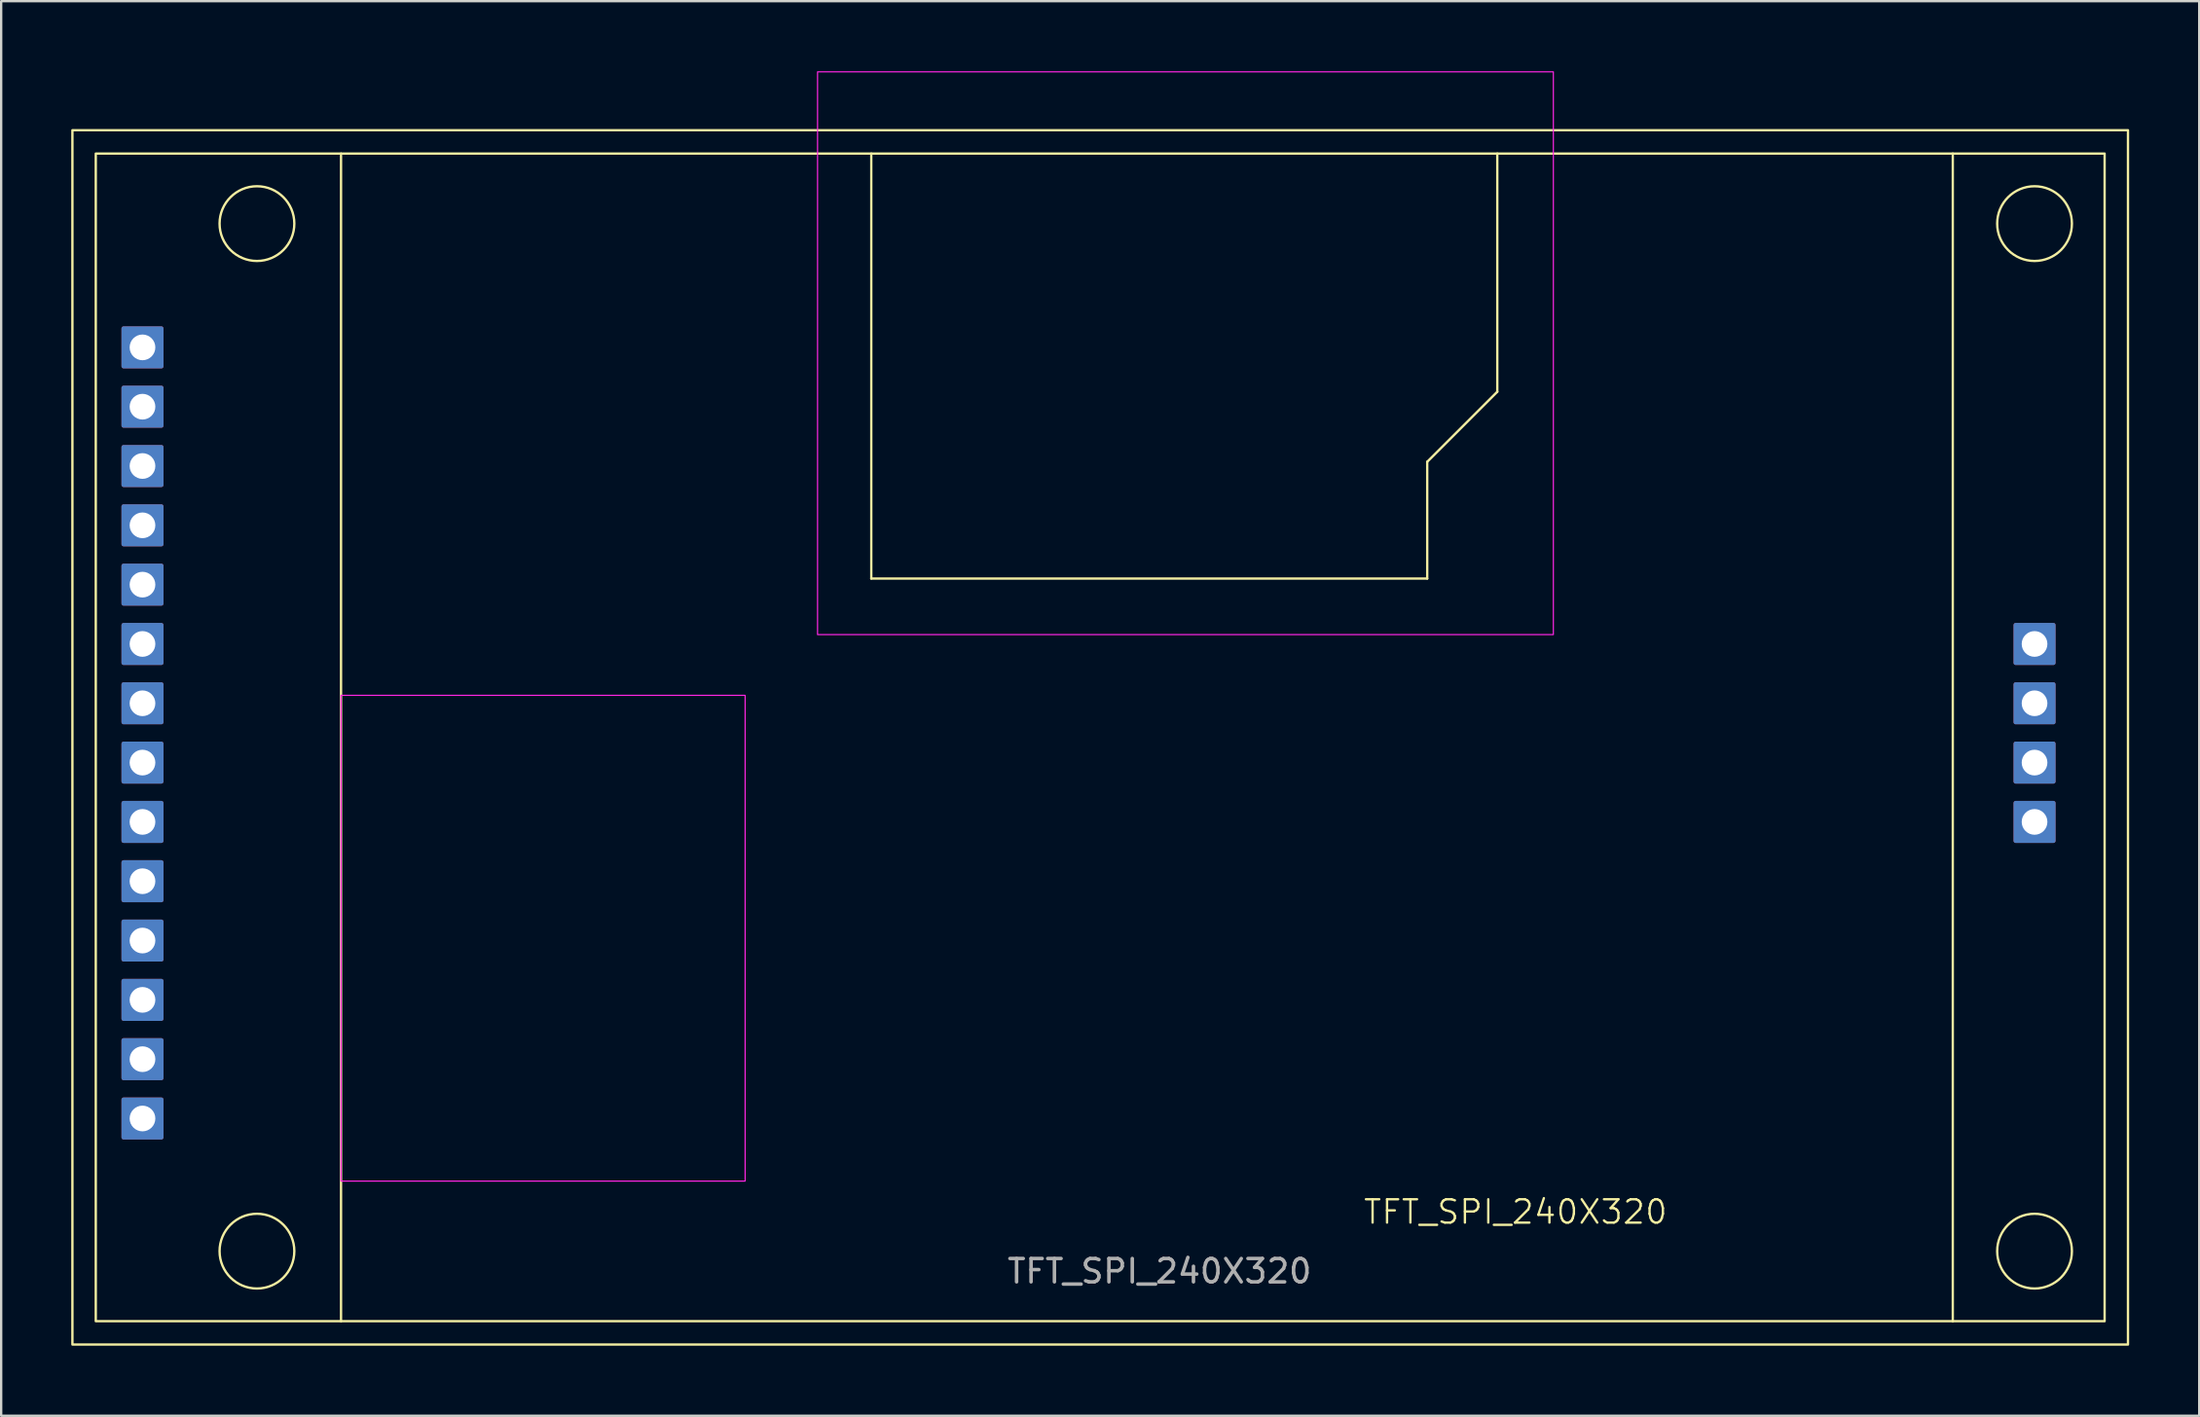
<source format=kicad_pcb>
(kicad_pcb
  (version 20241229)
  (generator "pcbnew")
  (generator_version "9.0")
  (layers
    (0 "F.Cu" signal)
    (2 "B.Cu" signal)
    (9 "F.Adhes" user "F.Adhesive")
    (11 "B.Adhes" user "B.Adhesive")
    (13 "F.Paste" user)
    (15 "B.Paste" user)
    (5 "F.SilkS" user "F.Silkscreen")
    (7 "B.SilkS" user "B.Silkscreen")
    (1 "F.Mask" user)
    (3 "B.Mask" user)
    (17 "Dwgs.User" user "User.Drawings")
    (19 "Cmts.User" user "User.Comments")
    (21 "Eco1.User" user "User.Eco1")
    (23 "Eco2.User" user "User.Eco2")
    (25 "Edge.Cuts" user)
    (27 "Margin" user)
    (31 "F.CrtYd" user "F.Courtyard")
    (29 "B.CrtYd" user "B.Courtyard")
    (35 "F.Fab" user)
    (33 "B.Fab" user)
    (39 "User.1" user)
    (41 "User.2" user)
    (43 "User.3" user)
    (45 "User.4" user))
  (footprint "TFT_SPI_240X320"
    (layer "F.Cu")
    (at 44.05 28.525)
    (property "Reference" "TFT_SPI_240X320" (at 17.78 20.32 0) (unlocked yes) (layer "F.SilkS") (effects (font (size 1 1) (thickness 0.1))))
    (attr smd)
    (fp_line (start -32.5 -25) (end -32.5 25) (stroke (width 0.1) (type default)) (layer "F.SilkS"))
    (fp_line (start -9.8 -6.8) (end -9.8 -25) (stroke (width 0.1) (type default)) (layer "F.SilkS"))
    (fp_line (start 14 -11.8) (end 14 -6.8) (stroke (width 0.1) (type default)) (layer "F.SilkS"))
    (fp_line (start 14 -6.8) (end -9.8 -6.8) (stroke (width 0.1) (type default)) (layer "F.SilkS"))
    (fp_line (start 17 -14.8) (end 14 -11.8) (stroke (width 0.1) (type default)) (layer "F.SilkS"))
    (fp_line (start 17 -14.8) (end 17 -25) (stroke (width 0.1) (type default)) (layer "F.SilkS"))
    (fp_line (start 36.5 -25) (end 36.5 25) (stroke (width 0.1) (type default)) (layer "F.SilkS"))
    (fp_rect (start 43 -25) (end -43 25) (stroke (width 0.1) (type default)) (fill no) (layer "F.SilkS"))
    (fp_rect (start 44 26) (end -44 -26) (stroke (width 0.1) (type default)) (fill no) (layer "F.SilkS"))
    (fp_circle (center -36.1 -22) (end -34.5 -22) (stroke (width 0.1) (type default)) (fill no) (layer "F.SilkS"))
    (fp_circle (center -36.1 22) (end -36.1 23.6) (stroke (width 0.1) (type default)) (fill no) (layer "F.SilkS"))
    (fp_circle (center 40 -22) (end 41.6 -22) (stroke (width 0.1) (type default)) (fill no) (layer "F.SilkS"))
    (fp_circle (center 40 22) (end 41.6 22) (stroke (width 0.1) (type default)) (fill no) (layer "F.SilkS"))
    (fp_rect (start -15.2 -1.8) (end -32.5 19) (stroke (width 0.05) (type default)) (fill no) (layer "F.CrtYd"))
    (fp_rect (start -12.1 -4.4) (end 19.4 -28.5) (stroke (width 0.05) (type default)) (fill no) (layer "F.CrtYd"))
    (fp_text user "${REFERENCE}" (at 2.54 22.86 0) (unlocked yes) (layer "F.Fab") (effects (font (size 1 1) (thickness 0.15))))
    (pad "1" thru_hole roundrect (at -41 -16.7) (size 1.8 1.8) (drill 1.1) (layers "*.Cu" "*.Mask") (roundrect_rratio 0.05))
    (pad "2" thru_hole roundrect (at -41 -14.16) (size 1.8 1.8) (drill 1.1) (layers "*.Cu" "*.Mask") (roundrect_rratio 0.05))
    (pad "3" thru_hole roundrect (at -41 -11.62) (size 1.8 1.8) (drill 1.1) (layers "*.Cu" "*.Mask") (roundrect_rratio 0.05))
    (pad "4" thru_hole roundrect (at -41 -9.08) (size 1.8 1.8) (drill 1.1) (layers "*.Cu" "*.Mask") (roundrect_rratio 0.05))
    (pad "5" thru_hole roundrect (at -41 -6.54) (size 1.8 1.8) (drill 1.1) (layers "*.Cu" "*.Mask") (roundrect_rratio 0.05))
    (pad "6" thru_hole roundrect (at -41 -4) (size 1.8 1.8) (drill 1.1) (layers "*.Cu" "*.Mask") (roundrect_rratio 0.05))
    (pad "7" thru_hole roundrect (at -41 -1.46) (size 1.8 1.8) (drill 1.1) (layers "*.Cu" "*.Mask") (roundrect_rratio 0.05))
    (pad "8" thru_hole roundrect (at -41 1.08) (size 1.8 1.8) (drill 1.1) (layers "*.Cu" "*.Mask") (roundrect_rratio 0.05))
    (pad "9" thru_hole roundrect (at -41 3.62) (size 1.8 1.8) (drill 1.1) (layers "*.Cu" "*.Mask") (roundrect_rratio 0.05))
    (pad "10" thru_hole roundrect (at -41 6.16) (size 1.8 1.8) (drill 1.1) (layers "*.Cu" "*.Mask") (roundrect_rratio 0.05))
    (pad "11" thru_hole roundrect (at -41 8.7) (size 1.8 1.8) (drill 1.1) (layers "*.Cu" "*.Mask") (roundrect_rratio 0.05))
    (pad "12" thru_hole roundrect (at -41 11.24) (size 1.8 1.8) (drill 1.1) (layers "*.Cu" "*.Mask") (roundrect_rratio 0.05))
    (pad "13" thru_hole roundrect (at -41 13.78) (size 1.8 1.8) (drill 1.1) (layers "*.Cu" "*.Mask") (roundrect_rratio 0.05))
    (pad "14" thru_hole roundrect (at -41 16.32) (size 1.8 1.8) (drill 1.1) (layers "*.Cu" "*.Mask") (roundrect_rratio 0.05))
    (pad "15" thru_hole roundrect (at 40 -4) (size 1.8 1.8) (drill 1.1) (layers "*.Cu" "*.Mask") (roundrect_rratio 0.05))
    (pad "16" thru_hole roundrect (at 40 -1.46) (size 1.8 1.8) (drill 1.1) (layers "*.Cu" "*.Mask") (roundrect_rratio 0.05))
    (pad "17" thru_hole roundrect (at 40 1.08) (size 1.8 1.8) (drill 1.1) (layers "*.Cu" "*.Mask") (roundrect_rratio 0.05))
    (pad "18" thru_hole roundrect (at 40 3.62) (size 1.8 1.8) (drill 1.1) (layers "*.Cu" "*.Mask") (roundrect_rratio 0.05)))
  (gr_rect
    (start -3 -3)
    (end 91.1 57.575)
    (stroke (width 0.1) (type default))
    (fill no)
    (layer "Edge.Cuts")))
</source>
